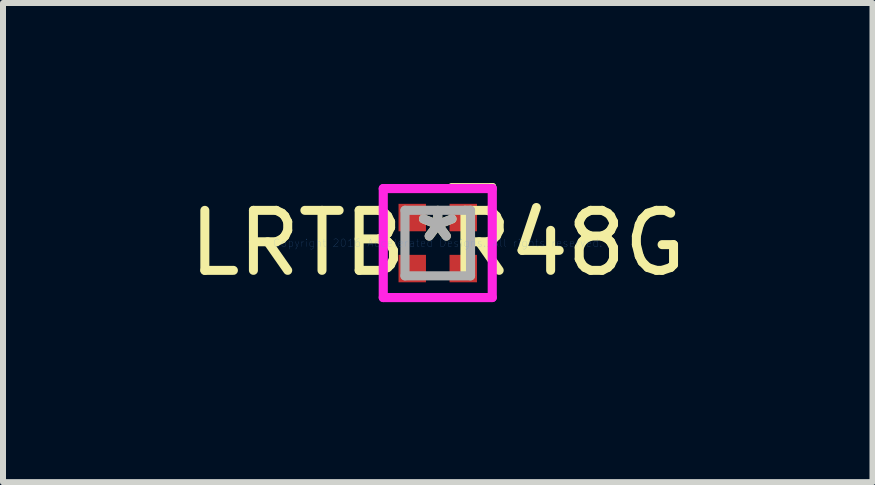
<source format=kicad_pcb>
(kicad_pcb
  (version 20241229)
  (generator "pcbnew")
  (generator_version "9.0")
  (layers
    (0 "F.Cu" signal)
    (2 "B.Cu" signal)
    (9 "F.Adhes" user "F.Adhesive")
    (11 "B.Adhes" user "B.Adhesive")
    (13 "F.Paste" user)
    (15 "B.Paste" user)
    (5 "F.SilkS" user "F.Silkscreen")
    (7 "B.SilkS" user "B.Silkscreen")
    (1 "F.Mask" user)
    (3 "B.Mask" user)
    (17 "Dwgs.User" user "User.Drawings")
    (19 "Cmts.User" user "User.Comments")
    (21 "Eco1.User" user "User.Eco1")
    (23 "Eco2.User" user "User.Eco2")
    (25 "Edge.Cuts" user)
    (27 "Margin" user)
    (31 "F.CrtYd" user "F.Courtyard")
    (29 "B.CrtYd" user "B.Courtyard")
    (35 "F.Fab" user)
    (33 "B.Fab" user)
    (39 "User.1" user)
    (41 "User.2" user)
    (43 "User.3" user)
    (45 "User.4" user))
  (footprint "LRTB R48G"
    (layer "F.Cu")
    (at 4.244 1)
    (property "Reference" "LRTB R48G" (at 0 0 0) (layer "F.SilkS") (effects (font (size 1 1) (thickness 0.15))))
    (attr through_hole)
    (fp_line (start 0.229 -0.94) (end 0.889 -0.94) (stroke (width 0.12) (type solid)) (layer "F.SilkS"))
    (fp_line (start 0.889 -0.94) (end 0.914 -0.94) (stroke (width 0.12) (type solid)) (layer "F.SilkS"))
    (fp_line (start 0.914 -0.94) (end 0.914 -0.254) (stroke (width 0.12) (type solid)) (layer "F.SilkS"))
    (fp_line (start -0.908 -0.908) (end -0.908 0.908) (stroke (width 0.152) (type solid)) (layer "F.CrtYd"))
    (fp_line (start -0.908 0.908) (end 0.908 0.908) (stroke (width 0.152) (type solid)) (layer "F.CrtYd"))
    (fp_line (start 0.908 -0.908) (end -0.908 -0.908) (stroke (width 0.152) (type solid)) (layer "F.CrtYd"))
    (fp_line (start 0.908 0.908) (end 0.908 -0.908) (stroke (width 0.152) (type solid)) (layer "F.CrtYd"))
    (fp_line (start -0.546 -0.546) (end -0.546 0.546) (stroke (width 0.152) (type solid)) (layer "F.Fab"))
    (fp_line (start -0.546 0.546) (end 0.546 0.546) (stroke (width 0.152) (type solid)) (layer "F.Fab"))
    (fp_line (start 0.546 -0.546) (end -0.546 -0.546) (stroke (width 0.152) (type solid)) (layer "F.Fab"))
    (fp_line (start 0.546 0.546) (end 0.546 -0.546) (stroke (width 0.152) (type solid)) (layer "F.Fab"))
    (fp_text user "*" (at 0 0 0) (layer "F.SilkS") (effects (font (size 1 1) (thickness 0.15))))
    (fp_text user "Copyright 2016 Accelerated Designs. All rights reserved." (at 0 0 0) (layer "Cmts.User") (effects (font (size 0.127 0.127) (thickness 0.002))))
    (fp_text user "*" (at 0 0 0) (layer "F.Fab") (effects (font (size 1 1) (thickness 0.15))))
    (pad "1" smd rect (at 0.425 -0.425) (size 0.457 0.457) (layers "F.Cu" "F.Mask" "F.Paste"))
    (pad "2" smd rect (at 0.425 0.425) (size 0.457 0.457) (layers "F.Cu" "F.Mask" "F.Paste"))
    (pad "3" smd rect (at -0.425 0.425) (size 0.457 0.457) (layers "F.Cu" "F.Mask" "F.Paste"))
    (pad "4" smd rect (at -0.425 -0.425) (size 0.457 0.457) (layers "F.Cu" "F.Mask" "F.Paste")))
  (gr_rect
    (start -3 -3)
    (end 11.488 4.984)
    (stroke (width 0.1) (type default))
    (fill no)
    (layer "Edge.Cuts")))
</source>
